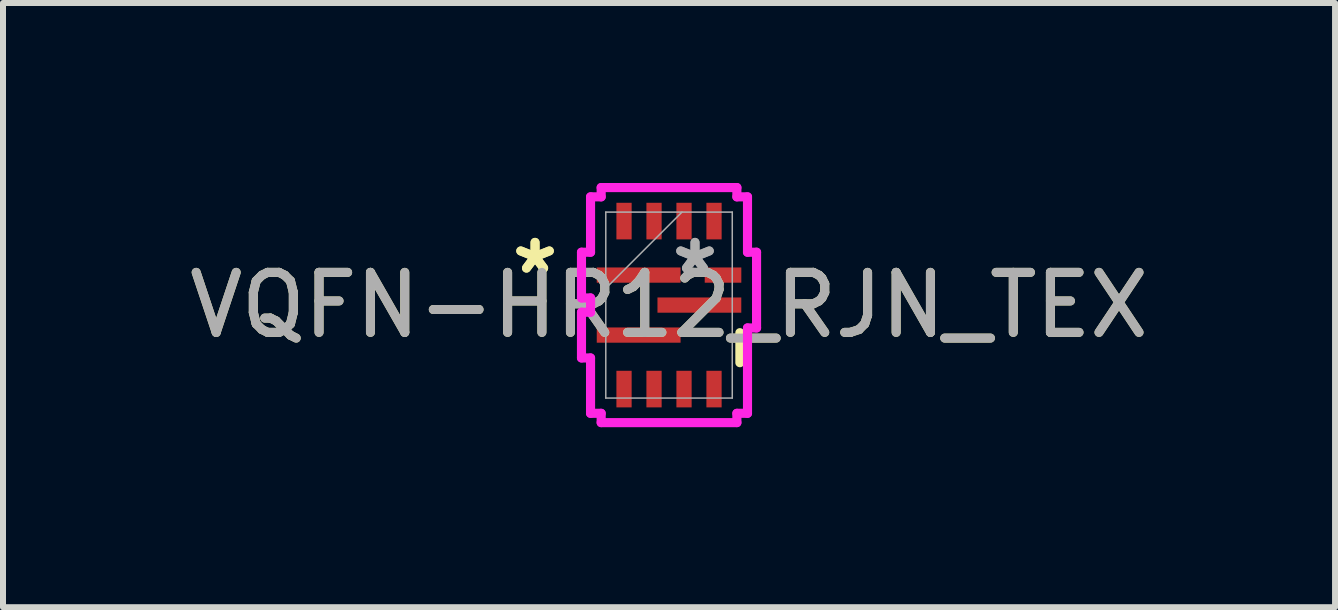
<source format=kicad_pcb>
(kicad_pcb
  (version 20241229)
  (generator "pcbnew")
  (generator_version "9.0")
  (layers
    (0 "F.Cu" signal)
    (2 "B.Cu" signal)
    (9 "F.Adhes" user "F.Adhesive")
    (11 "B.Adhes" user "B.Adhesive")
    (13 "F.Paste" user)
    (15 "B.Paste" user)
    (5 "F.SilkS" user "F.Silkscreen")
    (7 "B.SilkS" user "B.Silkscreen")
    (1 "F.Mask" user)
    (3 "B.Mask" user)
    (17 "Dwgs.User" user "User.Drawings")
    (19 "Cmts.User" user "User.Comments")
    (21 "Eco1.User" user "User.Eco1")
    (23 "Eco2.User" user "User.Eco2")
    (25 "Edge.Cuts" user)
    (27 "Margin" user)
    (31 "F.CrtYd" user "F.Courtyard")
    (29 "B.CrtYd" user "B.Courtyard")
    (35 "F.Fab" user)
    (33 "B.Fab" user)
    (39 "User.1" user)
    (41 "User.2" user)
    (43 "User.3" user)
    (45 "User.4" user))
  (footprint "VQFN-HR12_RJN_TEX"
    (layer "F.Cu")
    (at 8.101 2.035)
    (property "Reference" "VQFN-HR12_RJN_TEX" (at 0 0 0) (unlocked yes) (layer "F.SilkS") (effects (font (size 1 1) (thickness 0.15))))
    (attr smd)
    (fp_line (start 1.181 0.46) (end 1.181 0.96) (stroke (width 0.152) (type solid)) (layer "F.SilkS"))
    (fp_line (start -1.459 -0.881) (end -1.459 -0.119) (stroke (width 0.152) (type solid)) (layer "F.CrtYd"))
    (fp_line (start -1.459 -0.119) (end -1.308 -0.119) (stroke (width 0.152) (type solid)) (layer "F.CrtYd"))
    (fp_line (start -1.459 0.119) (end -1.459 0.881) (stroke (width 0.152) (type solid)) (layer "F.CrtYd"))
    (fp_line (start -1.459 0.881) (end -1.308 0.881) (stroke (width 0.152) (type solid)) (layer "F.CrtYd"))
    (fp_line (start -1.308 -1.804) (end -1.308 -0.881) (stroke (width 0.152) (type solid)) (layer "F.CrtYd"))
    (fp_line (start -1.308 -0.881) (end -1.459 -0.881) (stroke (width 0.152) (type solid)) (layer "F.CrtYd"))
    (fp_line (start -1.308 -0.119) (end -1.308 0.119) (stroke (width 0.152) (type solid)) (layer "F.CrtYd"))
    (fp_line (start -1.308 0.119) (end -1.459 0.119) (stroke (width 0.152) (type solid)) (layer "F.CrtYd"))
    (fp_line (start -1.308 0.881) (end -1.308 1.804) (stroke (width 0.152) (type solid)) (layer "F.CrtYd"))
    (fp_line (start -1.308 1.804) (end -1.131 1.804) (stroke (width 0.152) (type solid)) (layer "F.CrtYd"))
    (fp_line (start -1.131 -1.959) (end -1.131 -1.804) (stroke (width 0.152) (type solid)) (layer "F.CrtYd"))
    (fp_line (start -1.131 -1.804) (end -1.308 -1.804) (stroke (width 0.152) (type solid)) (layer "F.CrtYd"))
    (fp_line (start -1.131 1.804) (end -1.131 1.959) (stroke (width 0.152) (type solid)) (layer "F.CrtYd"))
    (fp_line (start -1.131 1.959) (end 1.131 1.959) (stroke (width 0.152) (type solid)) (layer "F.CrtYd"))
    (fp_line (start 1.131 -1.959) (end -1.131 -1.959) (stroke (width 0.152) (type solid)) (layer "F.CrtYd"))
    (fp_line (start 1.131 -1.804) (end 1.131 -1.959) (stroke (width 0.152) (type solid)) (layer "F.CrtYd"))
    (fp_line (start 1.131 1.804) (end 1.308 1.804) (stroke (width 0.152) (type solid)) (layer "F.CrtYd"))
    (fp_line (start 1.131 1.959) (end 1.131 1.804) (stroke (width 0.152) (type solid)) (layer "F.CrtYd"))
    (fp_line (start 1.308 -1.804) (end 1.131 -1.804) (stroke (width 0.152) (type solid)) (layer "F.CrtYd"))
    (fp_line (start 1.308 -0.881) (end 1.308 -1.804) (stroke (width 0.152) (type solid)) (layer "F.CrtYd"))
    (fp_line (start 1.308 0.381) (end 1.459 0.381) (stroke (width 0.152) (type solid)) (layer "F.CrtYd"))
    (fp_line (start 1.308 1.804) (end 1.308 0.381) (stroke (width 0.152) (type solid)) (layer "F.CrtYd"))
    (fp_line (start 1.459 -0.881) (end 1.308 -0.881) (stroke (width 0.152) (type solid)) (layer "F.CrtYd"))
    (fp_line (start 1.459 0.381) (end 1.459 -0.881) (stroke (width 0.152) (type solid)) (layer "F.CrtYd"))
    (fp_line (start -1.054 -1.55) (end -1.054 1.55) (stroke (width 0.025) (type solid)) (layer "F.Fab"))
    (fp_line (start -1.054 -0.28) (end 0.216 -1.55) (stroke (width 0.025) (type solid)) (layer "F.Fab"))
    (fp_line (start -1.054 1.55) (end 1.054 1.55) (stroke (width 0.025) (type solid)) (layer "F.Fab"))
    (fp_line (start 1.054 -1.55) (end -1.054 -1.55) (stroke (width 0.025) (type solid)) (layer "F.Fab"))
    (fp_line (start 1.054 1.55) (end 1.054 -1.55) (stroke (width 0.025) (type solid)) (layer "F.Fab"))
    (fp_text user "*" (at -2.233 -0.5 0) (layer "F.SilkS") (effects (font (size 1 1) (thickness 0.15))))
    (fp_text user "*" (at -2.233 -0.5 0) (unlocked yes) (layer "F.SilkS") (effects (font (size 1 1) (thickness 0.15))))
    (fp_text user "*" (at 0.433 -0.5 0) (layer "F.Fab") (effects (font (size 1 1) (thickness 0.15))))
    (fp_text user "*" (at 0.433 -0.5 0) (unlocked yes) (layer "F.Fab") (effects (font (size 1 1) (thickness 0.15))))
    (fp_text user "${REFERENCE}" (at 0 0 0) (unlocked yes) (layer "F.Fab") (effects (font (size 1 1) (thickness 0.15))))
    (pad "1" smd rect (at -0.506 -0.5) (size 1.397 0.254) (layers "F.Cu" "F.Mask" "F.Paste"))
    (pad "2" smd rect (at -0.506 0.5) (size 1.397 0.254) (layers "F.Cu" "F.Mask" "F.Paste"))
    (pad "3" smd rect (at -0.75 1.4 90) (size 0.61 0.254) (layers "F.Cu" "F.Mask" "F.Paste"))
    (pad "4" smd rect (at -0.25 1.4 90) (size 0.61 0.254) (layers "F.Cu" "F.Mask" "F.Paste"))
    (pad "5" smd rect (at 0.25 1.4 90) (size 0.61 0.254) (layers "F.Cu" "F.Mask" "F.Paste"))
    (pad "6" smd rect (at 0.75 1.4 90) (size 0.61 0.254) (layers "F.Cu" "F.Mask" "F.Paste"))
    (pad "7" smd rect (at 0.506 0) (size 1.397 0.254) (layers "F.Cu" "F.Mask" "F.Paste"))
    (pad "8" smd rect (at 0.9 -0.5) (size 0.61 0.254) (layers "F.Cu" "F.Mask" "F.Paste"))
    (pad "9" smd rect (at 0.75 -1.4 90) (size 0.61 0.254) (layers "F.Cu" "F.Mask" "F.Paste"))
    (pad "10" smd rect (at 0.25 -1.4 90) (size 0.61 0.254) (layers "F.Cu" "F.Mask" "F.Paste"))
    (pad "11" smd rect (at -0.25 -1.4 90) (size 0.61 0.254) (layers "F.Cu" "F.Mask" "F.Paste"))
    (pad "12" smd rect (at -0.75 -1.4 90) (size 0.61 0.254) (layers "F.Cu" "F.Mask" "F.Paste")))
  (gr_rect
    (start -3 -3)
    (end 19.202 7.07)
    (stroke (width 0.1) (type default))
    (fill no)
    (layer "Edge.Cuts")))
</source>
